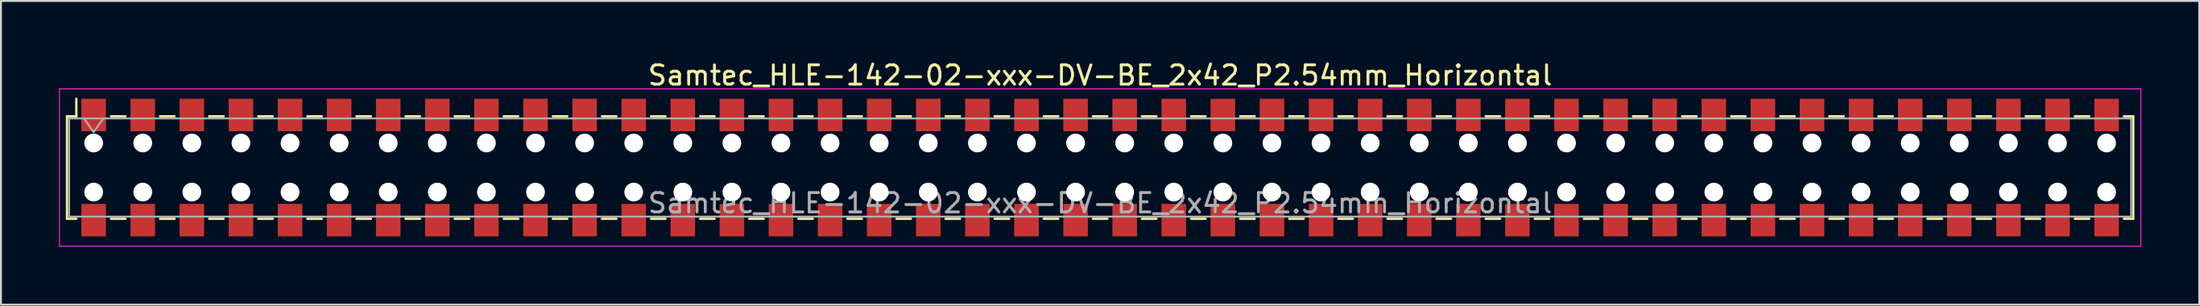
<source format=kicad_pcb>
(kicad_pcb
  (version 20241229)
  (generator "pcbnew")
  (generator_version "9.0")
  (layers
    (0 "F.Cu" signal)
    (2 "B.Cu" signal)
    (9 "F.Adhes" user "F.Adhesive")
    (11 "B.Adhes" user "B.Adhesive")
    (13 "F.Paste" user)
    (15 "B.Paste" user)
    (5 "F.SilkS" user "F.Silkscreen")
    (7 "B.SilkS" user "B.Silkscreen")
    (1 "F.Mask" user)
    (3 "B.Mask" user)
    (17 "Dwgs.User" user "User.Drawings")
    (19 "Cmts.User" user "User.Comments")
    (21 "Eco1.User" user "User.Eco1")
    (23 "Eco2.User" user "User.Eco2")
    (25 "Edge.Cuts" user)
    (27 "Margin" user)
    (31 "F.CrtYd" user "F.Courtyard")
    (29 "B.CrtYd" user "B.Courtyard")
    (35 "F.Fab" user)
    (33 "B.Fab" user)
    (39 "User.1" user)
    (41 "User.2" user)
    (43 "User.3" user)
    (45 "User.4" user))
  (footprint "Samtec_HLE-142-02-xxx-DV-BE_2x42_P2.54mm_Horizontal"
    (layer "F.Cu")
    (at 53.865 5.618)
    (property "Reference" "Samtec_HLE-142-02-xxx-DV-BE_2x42_P2.54mm_Horizontal" (at 0 -4.77 0) (layer "F.SilkS") (effects (font (size 1 1) (thickness 0.15))))
    (attr smd)
    (fp_line (start -53.45 -2.65) (end -53.45 2.65) (stroke (width 0.12) (type solid)) (layer "F.SilkS"))
    (fp_line (start -53.45 2.65) (end -52.965 2.65) (stroke (width 0.12) (type solid)) (layer "F.SilkS"))
    (fp_line (start -52.965 -3.56) (end -52.965 -2.65) (stroke (width 0.12) (type solid)) (layer "F.SilkS"))
    (fp_line (start -52.965 -2.65) (end -53.45 -2.65) (stroke (width 0.12) (type solid)) (layer "F.SilkS"))
    (fp_line (start -51.175 -2.65) (end -50.425 -2.65) (stroke (width 0.12) (type solid)) (layer "F.SilkS"))
    (fp_line (start -51.175 2.65) (end -50.425 2.65) (stroke (width 0.12) (type solid)) (layer "F.SilkS"))
    (fp_line (start -48.635 -2.65) (end -47.885 -2.65) (stroke (width 0.12) (type solid)) (layer "F.SilkS"))
    (fp_line (start -48.635 2.65) (end -47.885 2.65) (stroke (width 0.12) (type solid)) (layer "F.SilkS"))
    (fp_line (start -46.095 -2.65) (end -45.345 -2.65) (stroke (width 0.12) (type solid)) (layer "F.SilkS"))
    (fp_line (start -46.095 2.65) (end -45.345 2.65) (stroke (width 0.12) (type solid)) (layer "F.SilkS"))
    (fp_line (start -43.555 -2.65) (end -42.805 -2.65) (stroke (width 0.12) (type solid)) (layer "F.SilkS"))
    (fp_line (start -43.555 2.65) (end -42.805 2.65) (stroke (width 0.12) (type solid)) (layer "F.SilkS"))
    (fp_line (start -41.015 -2.65) (end -40.265 -2.65) (stroke (width 0.12) (type solid)) (layer "F.SilkS"))
    (fp_line (start -41.015 2.65) (end -40.265 2.65) (stroke (width 0.12) (type solid)) (layer "F.SilkS"))
    (fp_line (start -38.475 -2.65) (end -37.725 -2.65) (stroke (width 0.12) (type solid)) (layer "F.SilkS"))
    (fp_line (start -38.475 2.65) (end -37.725 2.65) (stroke (width 0.12) (type solid)) (layer "F.SilkS"))
    (fp_line (start -35.935 -2.65) (end -35.185 -2.65) (stroke (width 0.12) (type solid)) (layer "F.SilkS"))
    (fp_line (start -35.935 2.65) (end -35.185 2.65) (stroke (width 0.12) (type solid)) (layer "F.SilkS"))
    (fp_line (start -33.395 -2.65) (end -32.645 -2.65) (stroke (width 0.12) (type solid)) (layer "F.SilkS"))
    (fp_line (start -33.395 2.65) (end -32.645 2.65) (stroke (width 0.12) (type solid)) (layer "F.SilkS"))
    (fp_line (start -30.855 -2.65) (end -30.105 -2.65) (stroke (width 0.12) (type solid)) (layer "F.SilkS"))
    (fp_line (start -30.855 2.65) (end -30.105 2.65) (stroke (width 0.12) (type solid)) (layer "F.SilkS"))
    (fp_line (start -28.315 -2.65) (end -27.565 -2.65) (stroke (width 0.12) (type solid)) (layer "F.SilkS"))
    (fp_line (start -28.315 2.65) (end -27.565 2.65) (stroke (width 0.12) (type solid)) (layer "F.SilkS"))
    (fp_line (start -25.775 -2.65) (end -25.025 -2.65) (stroke (width 0.12) (type solid)) (layer "F.SilkS"))
    (fp_line (start -25.775 2.65) (end -25.025 2.65) (stroke (width 0.12) (type solid)) (layer "F.SilkS"))
    (fp_line (start -23.235 -2.65) (end -22.485 -2.65) (stroke (width 0.12) (type solid)) (layer "F.SilkS"))
    (fp_line (start -23.235 2.65) (end -22.485 2.65) (stroke (width 0.12) (type solid)) (layer "F.SilkS"))
    (fp_line (start -20.695 -2.65) (end -19.945 -2.65) (stroke (width 0.12) (type solid)) (layer "F.SilkS"))
    (fp_line (start -20.695 2.65) (end -19.945 2.65) (stroke (width 0.12) (type solid)) (layer "F.SilkS"))
    (fp_line (start -18.155 -2.65) (end -17.405 -2.65) (stroke (width 0.12) (type solid)) (layer "F.SilkS"))
    (fp_line (start -18.155 2.65) (end -17.405 2.65) (stroke (width 0.12) (type solid)) (layer "F.SilkS"))
    (fp_line (start -15.615 -2.65) (end -14.865 -2.65) (stroke (width 0.12) (type solid)) (layer "F.SilkS"))
    (fp_line (start -15.615 2.65) (end -14.865 2.65) (stroke (width 0.12) (type solid)) (layer "F.SilkS"))
    (fp_line (start -13.075 -2.65) (end -12.325 -2.65) (stroke (width 0.12) (type solid)) (layer "F.SilkS"))
    (fp_line (start -13.075 2.65) (end -12.325 2.65) (stroke (width 0.12) (type solid)) (layer "F.SilkS"))
    (fp_line (start -10.535 -2.65) (end -9.785 -2.65) (stroke (width 0.12) (type solid)) (layer "F.SilkS"))
    (fp_line (start -10.535 2.65) (end -9.785 2.65) (stroke (width 0.12) (type solid)) (layer "F.SilkS"))
    (fp_line (start -7.995 -2.65) (end -7.245 -2.65) (stroke (width 0.12) (type solid)) (layer "F.SilkS"))
    (fp_line (start -7.995 2.65) (end -7.245 2.65) (stroke (width 0.12) (type solid)) (layer "F.SilkS"))
    (fp_line (start -5.455 -2.65) (end -4.705 -2.65) (stroke (width 0.12) (type solid)) (layer "F.SilkS"))
    (fp_line (start -5.455 2.65) (end -4.705 2.65) (stroke (width 0.12) (type solid)) (layer "F.SilkS"))
    (fp_line (start -2.915 -2.65) (end -2.165 -2.65) (stroke (width 0.12) (type solid)) (layer "F.SilkS"))
    (fp_line (start -2.915 2.65) (end -2.165 2.65) (stroke (width 0.12) (type solid)) (layer "F.SilkS"))
    (fp_line (start -0.375 -2.65) (end 0.375 -2.65) (stroke (width 0.12) (type solid)) (layer "F.SilkS"))
    (fp_line (start -0.375 2.65) (end 0.375 2.65) (stroke (width 0.12) (type solid)) (layer "F.SilkS"))
    (fp_line (start 2.165 -2.65) (end 2.915 -2.65) (stroke (width 0.12) (type solid)) (layer "F.SilkS"))
    (fp_line (start 2.165 2.65) (end 2.915 2.65) (stroke (width 0.12) (type solid)) (layer "F.SilkS"))
    (fp_line (start 4.705 -2.65) (end 5.455 -2.65) (stroke (width 0.12) (type solid)) (layer "F.SilkS"))
    (fp_line (start 4.705 2.65) (end 5.455 2.65) (stroke (width 0.12) (type solid)) (layer "F.SilkS"))
    (fp_line (start 7.245 -2.65) (end 7.995 -2.65) (stroke (width 0.12) (type solid)) (layer "F.SilkS"))
    (fp_line (start 7.245 2.65) (end 7.995 2.65) (stroke (width 0.12) (type solid)) (layer "F.SilkS"))
    (fp_line (start 9.785 -2.65) (end 10.535 -2.65) (stroke (width 0.12) (type solid)) (layer "F.SilkS"))
    (fp_line (start 9.785 2.65) (end 10.535 2.65) (stroke (width 0.12) (type solid)) (layer "F.SilkS"))
    (fp_line (start 12.325 -2.65) (end 13.075 -2.65) (stroke (width 0.12) (type solid)) (layer "F.SilkS"))
    (fp_line (start 12.325 2.65) (end 13.075 2.65) (stroke (width 0.12) (type solid)) (layer "F.SilkS"))
    (fp_line (start 14.865 -2.65) (end 15.615 -2.65) (stroke (width 0.12) (type solid)) (layer "F.SilkS"))
    (fp_line (start 14.865 2.65) (end 15.615 2.65) (stroke (width 0.12) (type solid)) (layer "F.SilkS"))
    (fp_line (start 17.405 -2.65) (end 18.155 -2.65) (stroke (width 0.12) (type solid)) (layer "F.SilkS"))
    (fp_line (start 17.405 2.65) (end 18.155 2.65) (stroke (width 0.12) (type solid)) (layer "F.SilkS"))
    (fp_line (start 19.945 -2.65) (end 20.695 -2.65) (stroke (width 0.12) (type solid)) (layer "F.SilkS"))
    (fp_line (start 19.945 2.65) (end 20.695 2.65) (stroke (width 0.12) (type solid)) (layer "F.SilkS"))
    (fp_line (start 22.485 -2.65) (end 23.235 -2.65) (stroke (width 0.12) (type solid)) (layer "F.SilkS"))
    (fp_line (start 22.485 2.65) (end 23.235 2.65) (stroke (width 0.12) (type solid)) (layer "F.SilkS"))
    (fp_line (start 25.025 -2.65) (end 25.775 -2.65) (stroke (width 0.12) (type solid)) (layer "F.SilkS"))
    (fp_line (start 25.025 2.65) (end 25.775 2.65) (stroke (width 0.12) (type solid)) (layer "F.SilkS"))
    (fp_line (start 27.565 -2.65) (end 28.315 -2.65) (stroke (width 0.12) (type solid)) (layer "F.SilkS"))
    (fp_line (start 27.565 2.65) (end 28.315 2.65) (stroke (width 0.12) (type solid)) (layer "F.SilkS"))
    (fp_line (start 30.105 -2.65) (end 30.855 -2.65) (stroke (width 0.12) (type solid)) (layer "F.SilkS"))
    (fp_line (start 30.105 2.65) (end 30.855 2.65) (stroke (width 0.12) (type solid)) (layer "F.SilkS"))
    (fp_line (start 32.645 -2.65) (end 33.395 -2.65) (stroke (width 0.12) (type solid)) (layer "F.SilkS"))
    (fp_line (start 32.645 2.65) (end 33.395 2.65) (stroke (width 0.12) (type solid)) (layer "F.SilkS"))
    (fp_line (start 35.185 -2.65) (end 35.935 -2.65) (stroke (width 0.12) (type solid)) (layer "F.SilkS"))
    (fp_line (start 35.185 2.65) (end 35.935 2.65) (stroke (width 0.12) (type solid)) (layer "F.SilkS"))
    (fp_line (start 37.725 -2.65) (end 38.475 -2.65) (stroke (width 0.12) (type solid)) (layer "F.SilkS"))
    (fp_line (start 37.725 2.65) (end 38.475 2.65) (stroke (width 0.12) (type solid)) (layer "F.SilkS"))
    (fp_line (start 40.265 -2.65) (end 41.015 -2.65) (stroke (width 0.12) (type solid)) (layer "F.SilkS"))
    (fp_line (start 40.265 2.65) (end 41.015 2.65) (stroke (width 0.12) (type solid)) (layer "F.SilkS"))
    (fp_line (start 42.805 -2.65) (end 43.555 -2.65) (stroke (width 0.12) (type solid)) (layer "F.SilkS"))
    (fp_line (start 42.805 2.65) (end 43.555 2.65) (stroke (width 0.12) (type solid)) (layer "F.SilkS"))
    (fp_line (start 45.345 -2.65) (end 46.095 -2.65) (stroke (width 0.12) (type solid)) (layer "F.SilkS"))
    (fp_line (start 45.345 2.65) (end 46.095 2.65) (stroke (width 0.12) (type solid)) (layer "F.SilkS"))
    (fp_line (start 47.885 -2.65) (end 48.635 -2.65) (stroke (width 0.12) (type solid)) (layer "F.SilkS"))
    (fp_line (start 47.885 2.65) (end 48.635 2.65) (stroke (width 0.12) (type solid)) (layer "F.SilkS"))
    (fp_line (start 50.425 -2.65) (end 51.175 -2.65) (stroke (width 0.12) (type solid)) (layer "F.SilkS"))
    (fp_line (start 50.425 2.65) (end 51.175 2.65) (stroke (width 0.12) (type solid)) (layer "F.SilkS"))
    (fp_line (start 52.965 -2.65) (end 53.45 -2.65) (stroke (width 0.12) (type solid)) (layer "F.SilkS"))
    (fp_line (start 53.45 -2.65) (end 53.45 2.65) (stroke (width 0.12) (type solid)) (layer "F.SilkS"))
    (fp_line (start 53.45 2.65) (end 52.965 2.65) (stroke (width 0.12) (type solid)) (layer "F.SilkS"))
    (fp_line (start -53.84 -4.07) (end 53.84 -4.07) (stroke (width 0.05) (type solid)) (layer "F.CrtYd"))
    (fp_line (start -53.84 4.07) (end -53.84 -4.07) (stroke (width 0.05) (type solid)) (layer "F.CrtYd"))
    (fp_line (start 53.84 -4.07) (end 53.84 4.07) (stroke (width 0.05) (type solid)) (layer "F.CrtYd"))
    (fp_line (start 53.84 4.07) (end -53.84 4.07) (stroke (width 0.05) (type solid)) (layer "F.CrtYd"))
    (fp_line (start -53.34 -2.54) (end 53.34 -2.54) (stroke (width 0.1) (type solid)) (layer "F.Fab"))
    (fp_line (start -53.34 2.54) (end -53.34 -2.54) (stroke (width 0.1) (type solid)) (layer "F.Fab"))
    (fp_line (start -52.57 -2.54) (end -52.07 -1.833) (stroke (width 0.1) (type solid)) (layer "F.Fab"))
    (fp_line (start -52.07 -1.833) (end -51.57 -2.54) (stroke (width 0.1) (type solid)) (layer "F.Fab"))
    (fp_line (start 53.34 -2.54) (end 53.34 2.54) (stroke (width 0.1) (type solid)) (layer "F.Fab"))
    (fp_line (start 53.34 2.54) (end -53.34 2.54) (stroke (width 0.1) (type solid)) (layer "F.Fab"))
    (fp_text user "${REFERENCE}" (at 0 1.84 0) (layer "F.Fab") (effects (font (size 1 1) (thickness 0.15))))
    (pad "" np_thru_hole circle (at -52.07 -1.27) (size 0.97 0.97) (drill 0.97) (layers "*.Cu" "*.Mask"))
    (pad "" np_thru_hole circle (at -52.07 1.27) (size 0.97 0.97) (drill 0.97) (layers "*.Cu" "*.Mask"))
    (pad "" np_thru_hole circle (at -49.53 -1.27) (size 0.97 0.97) (drill 0.97) (layers "*.Cu" "*.Mask"))
    (pad "" np_thru_hole circle (at -49.53 1.27) (size 0.97 0.97) (drill 0.97) (layers "*.Cu" "*.Mask"))
    (pad "" np_thru_hole circle (at -46.99 -1.27) (size 0.97 0.97) (drill 0.97) (layers "*.Cu" "*.Mask"))
    (pad "" np_thru_hole circle (at -46.99 1.27) (size 0.97 0.97) (drill 0.97) (layers "*.Cu" "*.Mask"))
    (pad "" np_thru_hole circle (at -44.45 -1.27) (size 0.97 0.97) (drill 0.97) (layers "*.Cu" "*.Mask"))
    (pad "" np_thru_hole circle (at -44.45 1.27) (size 0.97 0.97) (drill 0.97) (layers "*.Cu" "*.Mask"))
    (pad "" np_thru_hole circle (at -41.91 -1.27) (size 0.97 0.97) (drill 0.97) (layers "*.Cu" "*.Mask"))
    (pad "" np_thru_hole circle (at -41.91 1.27) (size 0.97 0.97) (drill 0.97) (layers "*.Cu" "*.Mask"))
    (pad "" np_thru_hole circle (at -39.37 -1.27) (size 0.97 0.97) (drill 0.97) (layers "*.Cu" "*.Mask"))
    (pad "" np_thru_hole circle (at -39.37 1.27) (size 0.97 0.97) (drill 0.97) (layers "*.Cu" "*.Mask"))
    (pad "" np_thru_hole circle (at -36.83 -1.27) (size 0.97 0.97) (drill 0.97) (layers "*.Cu" "*.Mask"))
    (pad "" np_thru_hole circle (at -36.83 1.27) (size 0.97 0.97) (drill 0.97) (layers "*.Cu" "*.Mask"))
    (pad "" np_thru_hole circle (at -34.29 -1.27) (size 0.97 0.97) (drill 0.97) (layers "*.Cu" "*.Mask"))
    (pad "" np_thru_hole circle (at -34.29 1.27) (size 0.97 0.97) (drill 0.97) (layers "*.Cu" "*.Mask"))
    (pad "" np_thru_hole circle (at -31.75 -1.27) (size 0.97 0.97) (drill 0.97) (layers "*.Cu" "*.Mask"))
    (pad "" np_thru_hole circle (at -31.75 1.27) (size 0.97 0.97) (drill 0.97) (layers "*.Cu" "*.Mask"))
    (pad "" np_thru_hole circle (at -29.21 -1.27) (size 0.97 0.97) (drill 0.97) (layers "*.Cu" "*.Mask"))
    (pad "" np_thru_hole circle (at -29.21 1.27) (size 0.97 0.97) (drill 0.97) (layers "*.Cu" "*.Mask"))
    (pad "" np_thru_hole circle (at -26.67 -1.27) (size 0.97 0.97) (drill 0.97) (layers "*.Cu" "*.Mask"))
    (pad "" np_thru_hole circle (at -26.67 1.27) (size 0.97 0.97) (drill 0.97) (layers "*.Cu" "*.Mask"))
    (pad "" np_thru_hole circle (at -24.13 -1.27) (size 0.97 0.97) (drill 0.97) (layers "*.Cu" "*.Mask"))
    (pad "" np_thru_hole circle (at -24.13 1.27) (size 0.97 0.97) (drill 0.97) (layers "*.Cu" "*.Mask"))
    (pad "" np_thru_hole circle (at -21.59 -1.27) (size 0.97 0.97) (drill 0.97) (layers "*.Cu" "*.Mask"))
    (pad "" np_thru_hole circle (at -21.59 1.27) (size 0.97 0.97) (drill 0.97) (layers "*.Cu" "*.Mask"))
    (pad "" np_thru_hole circle (at -19.05 -1.27) (size 0.97 0.97) (drill 0.97) (layers "*.Cu" "*.Mask"))
    (pad "" np_thru_hole circle (at -19.05 1.27) (size 0.97 0.97) (drill 0.97) (layers "*.Cu" "*.Mask"))
    (pad "" np_thru_hole circle (at -16.51 -1.27) (size 0.97 0.97) (drill 0.97) (layers "*.Cu" "*.Mask"))
    (pad "" np_thru_hole circle (at -16.51 1.27) (size 0.97 0.97) (drill 0.97) (layers "*.Cu" "*.Mask"))
    (pad "" np_thru_hole circle (at -13.97 -1.27) (size 0.97 0.97) (drill 0.97) (layers "*.Cu" "*.Mask"))
    (pad "" np_thru_hole circle (at -13.97 1.27) (size 0.97 0.97) (drill 0.97) (layers "*.Cu" "*.Mask"))
    (pad "" np_thru_hole circle (at -11.43 -1.27) (size 0.97 0.97) (drill 0.97) (layers "*.Cu" "*.Mask"))
    (pad "" np_thru_hole circle (at -11.43 1.27) (size 0.97 0.97) (drill 0.97) (layers "*.Cu" "*.Mask"))
    (pad "" np_thru_hole circle (at -8.89 -1.27) (size 0.97 0.97) (drill 0.97) (layers "*.Cu" "*.Mask"))
    (pad "" np_thru_hole circle (at -8.89 1.27) (size 0.97 0.97) (drill 0.97) (layers "*.Cu" "*.Mask"))
    (pad "" np_thru_hole circle (at -6.35 -1.27) (size 0.97 0.97) (drill 0.97) (layers "*.Cu" "*.Mask"))
    (pad "" np_thru_hole circle (at -6.35 1.27) (size 0.97 0.97) (drill 0.97) (layers "*.Cu" "*.Mask"))
    (pad "" np_thru_hole circle (at -3.81 -1.27) (size 0.97 0.97) (drill 0.97) (layers "*.Cu" "*.Mask"))
    (pad "" np_thru_hole circle (at -3.81 1.27) (size 0.97 0.97) (drill 0.97) (layers "*.Cu" "*.Mask"))
    (pad "" np_thru_hole circle (at -1.27 -1.27) (size 0.97 0.97) (drill 0.97) (layers "*.Cu" "*.Mask"))
    (pad "" np_thru_hole circle (at -1.27 1.27) (size 0.97 0.97) (drill 0.97) (layers "*.Cu" "*.Mask"))
    (pad "" np_thru_hole circle (at 1.27 -1.27) (size 0.97 0.97) (drill 0.97) (layers "*.Cu" "*.Mask"))
    (pad "" np_thru_hole circle (at 1.27 1.27) (size 0.97 0.97) (drill 0.97) (layers "*.Cu" "*.Mask"))
    (pad "" np_thru_hole circle (at 3.81 -1.27) (size 0.97 0.97) (drill 0.97) (layers "*.Cu" "*.Mask"))
    (pad "" np_thru_hole circle (at 3.81 1.27) (size 0.97 0.97) (drill 0.97) (layers "*.Cu" "*.Mask"))
    (pad "" np_thru_hole circle (at 6.35 -1.27) (size 0.97 0.97) (drill 0.97) (layers "*.Cu" "*.Mask"))
    (pad "" np_thru_hole circle (at 6.35 1.27) (size 0.97 0.97) (drill 0.97) (layers "*.Cu" "*.Mask"))
    (pad "" np_thru_hole circle (at 8.89 -1.27) (size 0.97 0.97) (drill 0.97) (layers "*.Cu" "*.Mask"))
    (pad "" np_thru_hole circle (at 8.89 1.27) (size 0.97 0.97) (drill 0.97) (layers "*.Cu" "*.Mask"))
    (pad "" np_thru_hole circle (at 11.43 -1.27) (size 0.97 0.97) (drill 0.97) (layers "*.Cu" "*.Mask"))
    (pad "" np_thru_hole circle (at 11.43 1.27) (size 0.97 0.97) (drill 0.97) (layers "*.Cu" "*.Mask"))
    (pad "" np_thru_hole circle (at 13.97 -1.27) (size 0.97 0.97) (drill 0.97) (layers "*.Cu" "*.Mask"))
    (pad "" np_thru_hole circle (at 13.97 1.27) (size 0.97 0.97) (drill 0.97) (layers "*.Cu" "*.Mask"))
    (pad "" np_thru_hole circle (at 16.51 -1.27) (size 0.97 0.97) (drill 0.97) (layers "*.Cu" "*.Mask"))
    (pad "" np_thru_hole circle (at 16.51 1.27) (size 0.97 0.97) (drill 0.97) (layers "*.Cu" "*.Mask"))
    (pad "" np_thru_hole circle (at 19.05 -1.27) (size 0.97 0.97) (drill 0.97) (layers "*.Cu" "*.Mask"))
    (pad "" np_thru_hole circle (at 19.05 1.27) (size 0.97 0.97) (drill 0.97) (layers "*.Cu" "*.Mask"))
    (pad "" np_thru_hole circle (at 21.59 -1.27) (size 0.97 0.97) (drill 0.97) (layers "*.Cu" "*.Mask"))
    (pad "" np_thru_hole circle (at 21.59 1.27) (size 0.97 0.97) (drill 0.97) (layers "*.Cu" "*.Mask"))
    (pad "" np_thru_hole circle (at 24.13 -1.27) (size 0.97 0.97) (drill 0.97) (layers "*.Cu" "*.Mask"))
    (pad "" np_thru_hole circle (at 24.13 1.27) (size 0.97 0.97) (drill 0.97) (layers "*.Cu" "*.Mask"))
    (pad "" np_thru_hole circle (at 26.67 -1.27) (size 0.97 0.97) (drill 0.97) (layers "*.Cu" "*.Mask"))
    (pad "" np_thru_hole circle (at 26.67 1.27) (size 0.97 0.97) (drill 0.97) (layers "*.Cu" "*.Mask"))
    (pad "" np_thru_hole circle (at 29.21 -1.27) (size 0.97 0.97) (drill 0.97) (layers "*.Cu" "*.Mask"))
    (pad "" np_thru_hole circle (at 29.21 1.27) (size 0.97 0.97) (drill 0.97) (layers "*.Cu" "*.Mask"))
    (pad "" np_thru_hole circle (at 31.75 -1.27) (size 0.97 0.97) (drill 0.97) (layers "*.Cu" "*.Mask"))
    (pad "" np_thru_hole circle (at 31.75 1.27) (size 0.97 0.97) (drill 0.97) (layers "*.Cu" "*.Mask"))
    (pad "" np_thru_hole circle (at 34.29 -1.27) (size 0.97 0.97) (drill 0.97) (layers "*.Cu" "*.Mask"))
    (pad "" np_thru_hole circle (at 34.29 1.27) (size 0.97 0.97) (drill 0.97) (layers "*.Cu" "*.Mask"))
    (pad "" np_thru_hole circle (at 36.83 -1.27) (size 0.97 0.97) (drill 0.97) (layers "*.Cu" "*.Mask"))
    (pad "" np_thru_hole circle (at 36.83 1.27) (size 0.97 0.97) (drill 0.97) (layers "*.Cu" "*.Mask"))
    (pad "" np_thru_hole circle (at 39.37 -1.27) (size 0.97 0.97) (drill 0.97) (layers "*.Cu" "*.Mask"))
    (pad "" np_thru_hole circle (at 39.37 1.27) (size 0.97 0.97) (drill 0.97) (layers "*.Cu" "*.Mask"))
    (pad "" np_thru_hole circle (at 41.91 -1.27) (size 0.97 0.97) (drill 0.97) (layers "*.Cu" "*.Mask"))
    (pad "" np_thru_hole circle (at 41.91 1.27) (size 0.97 0.97) (drill 0.97) (layers "*.Cu" "*.Mask"))
    (pad "" np_thru_hole circle (at 44.45 -1.27) (size 0.97 0.97) (drill 0.97) (layers "*.Cu" "*.Mask"))
    (pad "" np_thru_hole circle (at 44.45 1.27) (size 0.97 0.97) (drill 0.97) (layers "*.Cu" "*.Mask"))
    (pad "" np_thru_hole circle (at 46.99 -1.27) (size 0.97 0.97) (drill 0.97) (layers "*.Cu" "*.Mask"))
    (pad "" np_thru_hole circle (at 46.99 1.27) (size 0.97 0.97) (drill 0.97) (layers "*.Cu" "*.Mask"))
    (pad "" np_thru_hole circle (at 49.53 -1.27) (size 0.97 0.97) (drill 0.97) (layers "*.Cu" "*.Mask"))
    (pad "" np_thru_hole circle (at 49.53 1.27) (size 0.97 0.97) (drill 0.97) (layers "*.Cu" "*.Mask"))
    (pad "" np_thru_hole circle (at 52.07 -1.27) (size 0.97 0.97) (drill 0.97) (layers "*.Cu" "*.Mask"))
    (pad "" np_thru_hole circle (at 52.07 1.27) (size 0.97 0.97) (drill 0.97) (layers "*.Cu" "*.Mask"))
    (pad "1" smd rect (at -52.07 -2.72) (size 1.27 1.68) (layers "F.Cu" "F.Mask" "F.Paste"))
    (pad "2" smd rect (at -52.07 2.72) (size 1.27 1.68) (layers "F.Cu" "F.Mask" "F.Paste"))
    (pad "3" smd rect (at -49.53 -2.72) (size 1.27 1.68) (layers "F.Cu" "F.Mask" "F.Paste"))
    (pad "4" smd rect (at -49.53 2.72) (size 1.27 1.68) (layers "F.Cu" "F.Mask" "F.Paste"))
    (pad "5" smd rect (at -46.99 -2.72) (size 1.27 1.68) (layers "F.Cu" "F.Mask" "F.Paste"))
    (pad "6" smd rect (at -46.99 2.72) (size 1.27 1.68) (layers "F.Cu" "F.Mask" "F.Paste"))
    (pad "7" smd rect (at -44.45 -2.72) (size 1.27 1.68) (layers "F.Cu" "F.Mask" "F.Paste"))
    (pad "8" smd rect (at -44.45 2.72) (size 1.27 1.68) (layers "F.Cu" "F.Mask" "F.Paste"))
    (pad "9" smd rect (at -41.91 -2.72) (size 1.27 1.68) (layers "F.Cu" "F.Mask" "F.Paste"))
    (pad "10" smd rect (at -41.91 2.72) (size 1.27 1.68) (layers "F.Cu" "F.Mask" "F.Paste"))
    (pad "11" smd rect (at -39.37 -2.72) (size 1.27 1.68) (layers "F.Cu" "F.Mask" "F.Paste"))
    (pad "12" smd rect (at -39.37 2.72) (size 1.27 1.68) (layers "F.Cu" "F.Mask" "F.Paste"))
    (pad "13" smd rect (at -36.83 -2.72) (size 1.27 1.68) (layers "F.Cu" "F.Mask" "F.Paste"))
    (pad "14" smd rect (at -36.83 2.72) (size 1.27 1.68) (layers "F.Cu" "F.Mask" "F.Paste"))
    (pad "15" smd rect (at -34.29 -2.72) (size 1.27 1.68) (layers "F.Cu" "F.Mask" "F.Paste"))
    (pad "16" smd rect (at -34.29 2.72) (size 1.27 1.68) (layers "F.Cu" "F.Mask" "F.Paste"))
    (pad "17" smd rect (at -31.75 -2.72) (size 1.27 1.68) (layers "F.Cu" "F.Mask" "F.Paste"))
    (pad "18" smd rect (at -31.75 2.72) (size 1.27 1.68) (layers "F.Cu" "F.Mask" "F.Paste"))
    (pad "19" smd rect (at -29.21 -2.72) (size 1.27 1.68) (layers "F.Cu" "F.Mask" "F.Paste"))
    (pad "20" smd rect (at -29.21 2.72) (size 1.27 1.68) (layers "F.Cu" "F.Mask" "F.Paste"))
    (pad "21" smd rect (at -26.67 -2.72) (size 1.27 1.68) (layers "F.Cu" "F.Mask" "F.Paste"))
    (pad "22" smd rect (at -26.67 2.72) (size 1.27 1.68) (layers "F.Cu" "F.Mask" "F.Paste"))
    (pad "23" smd rect (at -24.13 -2.72) (size 1.27 1.68) (layers "F.Cu" "F.Mask" "F.Paste"))
    (pad "24" smd rect (at -24.13 2.72) (size 1.27 1.68) (layers "F.Cu" "F.Mask" "F.Paste"))
    (pad "25" smd rect (at -21.59 -2.72) (size 1.27 1.68) (layers "F.Cu" "F.Mask" "F.Paste"))
    (pad "26" smd rect (at -21.59 2.72) (size 1.27 1.68) (layers "F.Cu" "F.Mask" "F.Paste"))
    (pad "27" smd rect (at -19.05 -2.72) (size 1.27 1.68) (layers "F.Cu" "F.Mask" "F.Paste"))
    (pad "28" smd rect (at -19.05 2.72) (size 1.27 1.68) (layers "F.Cu" "F.Mask" "F.Paste"))
    (pad "29" smd rect (at -16.51 -2.72) (size 1.27 1.68) (layers "F.Cu" "F.Mask" "F.Paste"))
    (pad "30" smd rect (at -16.51 2.72) (size 1.27 1.68) (layers "F.Cu" "F.Mask" "F.Paste"))
    (pad "31" smd rect (at -13.97 -2.72) (size 1.27 1.68) (layers "F.Cu" "F.Mask" "F.Paste"))
    (pad "32" smd rect (at -13.97 2.72) (size 1.27 1.68) (layers "F.Cu" "F.Mask" "F.Paste"))
    (pad "33" smd rect (at -11.43 -2.72) (size 1.27 1.68) (layers "F.Cu" "F.Mask" "F.Paste"))
    (pad "34" smd rect (at -11.43 2.72) (size 1.27 1.68) (layers "F.Cu" "F.Mask" "F.Paste"))
    (pad "35" smd rect (at -8.89 -2.72) (size 1.27 1.68) (layers "F.Cu" "F.Mask" "F.Paste"))
    (pad "36" smd rect (at -8.89 2.72) (size 1.27 1.68) (layers "F.Cu" "F.Mask" "F.Paste"))
    (pad "37" smd rect (at -6.35 -2.72) (size 1.27 1.68) (layers "F.Cu" "F.Mask" "F.Paste"))
    (pad "38" smd rect (at -6.35 2.72) (size 1.27 1.68) (layers "F.Cu" "F.Mask" "F.Paste"))
    (pad "39" smd rect (at -3.81 -2.72) (size 1.27 1.68) (layers "F.Cu" "F.Mask" "F.Paste"))
    (pad "40" smd rect (at -3.81 2.72) (size 1.27 1.68) (layers "F.Cu" "F.Mask" "F.Paste"))
    (pad "41" smd rect (at -1.27 -2.72) (size 1.27 1.68) (layers "F.Cu" "F.Mask" "F.Paste"))
    (pad "42" smd rect (at -1.27 2.72) (size 1.27 1.68) (layers "F.Cu" "F.Mask" "F.Paste"))
    (pad "43" smd rect (at 1.27 -2.72) (size 1.27 1.68) (layers "F.Cu" "F.Mask" "F.Paste"))
    (pad "44" smd rect (at 1.27 2.72) (size 1.27 1.68) (layers "F.Cu" "F.Mask" "F.Paste"))
    (pad "45" smd rect (at 3.81 -2.72) (size 1.27 1.68) (layers "F.Cu" "F.Mask" "F.Paste"))
    (pad "46" smd rect (at 3.81 2.72) (size 1.27 1.68) (layers "F.Cu" "F.Mask" "F.Paste"))
    (pad "47" smd rect (at 6.35 -2.72) (size 1.27 1.68) (layers "F.Cu" "F.Mask" "F.Paste"))
    (pad "48" smd rect (at 6.35 2.72) (size 1.27 1.68) (layers "F.Cu" "F.Mask" "F.Paste"))
    (pad "49" smd rect (at 8.89 -2.72) (size 1.27 1.68) (layers "F.Cu" "F.Mask" "F.Paste"))
    (pad "50" smd rect (at 8.89 2.72) (size 1.27 1.68) (layers "F.Cu" "F.Mask" "F.Paste"))
    (pad "51" smd rect (at 11.43 -2.72) (size 1.27 1.68) (layers "F.Cu" "F.Mask" "F.Paste"))
    (pad "52" smd rect (at 11.43 2.72) (size 1.27 1.68) (layers "F.Cu" "F.Mask" "F.Paste"))
    (pad "53" smd rect (at 13.97 -2.72) (size 1.27 1.68) (layers "F.Cu" "F.Mask" "F.Paste"))
    (pad "54" smd rect (at 13.97 2.72) (size 1.27 1.68) (layers "F.Cu" "F.Mask" "F.Paste"))
    (pad "55" smd rect (at 16.51 -2.72) (size 1.27 1.68) (layers "F.Cu" "F.Mask" "F.Paste"))
    (pad "56" smd rect (at 16.51 2.72) (size 1.27 1.68) (layers "F.Cu" "F.Mask" "F.Paste"))
    (pad "57" smd rect (at 19.05 -2.72) (size 1.27 1.68) (layers "F.Cu" "F.Mask" "F.Paste"))
    (pad "58" smd rect (at 19.05 2.72) (size 1.27 1.68) (layers "F.Cu" "F.Mask" "F.Paste"))
    (pad "59" smd rect (at 21.59 -2.72) (size 1.27 1.68) (layers "F.Cu" "F.Mask" "F.Paste"))
    (pad "60" smd rect (at 21.59 2.72) (size 1.27 1.68) (layers "F.Cu" "F.Mask" "F.Paste"))
    (pad "61" smd rect (at 24.13 -2.72) (size 1.27 1.68) (layers "F.Cu" "F.Mask" "F.Paste"))
    (pad "62" smd rect (at 24.13 2.72) (size 1.27 1.68) (layers "F.Cu" "F.Mask" "F.Paste"))
    (pad "63" smd rect (at 26.67 -2.72) (size 1.27 1.68) (layers "F.Cu" "F.Mask" "F.Paste"))
    (pad "64" smd rect (at 26.67 2.72) (size 1.27 1.68) (layers "F.Cu" "F.Mask" "F.Paste"))
    (pad "65" smd rect (at 29.21 -2.72) (size 1.27 1.68) (layers "F.Cu" "F.Mask" "F.Paste"))
    (pad "66" smd rect (at 29.21 2.72) (size 1.27 1.68) (layers "F.Cu" "F.Mask" "F.Paste"))
    (pad "67" smd rect (at 31.75 -2.72) (size 1.27 1.68) (layers "F.Cu" "F.Mask" "F.Paste"))
    (pad "68" smd rect (at 31.75 2.72) (size 1.27 1.68) (layers "F.Cu" "F.Mask" "F.Paste"))
    (pad "69" smd rect (at 34.29 -2.72) (size 1.27 1.68) (layers "F.Cu" "F.Mask" "F.Paste"))
    (pad "70" smd rect (at 34.29 2.72) (size 1.27 1.68) (layers "F.Cu" "F.Mask" "F.Paste"))
    (pad "71" smd rect (at 36.83 -2.72) (size 1.27 1.68) (layers "F.Cu" "F.Mask" "F.Paste"))
    (pad "72" smd rect (at 36.83 2.72) (size 1.27 1.68) (layers "F.Cu" "F.Mask" "F.Paste"))
    (pad "73" smd rect (at 39.37 -2.72) (size 1.27 1.68) (layers "F.Cu" "F.Mask" "F.Paste"))
    (pad "74" smd rect (at 39.37 2.72) (size 1.27 1.68) (layers "F.Cu" "F.Mask" "F.Paste"))
    (pad "75" smd rect (at 41.91 -2.72) (size 1.27 1.68) (layers "F.Cu" "F.Mask" "F.Paste"))
    (pad "76" smd rect (at 41.91 2.72) (size 1.27 1.68) (layers "F.Cu" "F.Mask" "F.Paste"))
    (pad "77" smd rect (at 44.45 -2.72) (size 1.27 1.68) (layers "F.Cu" "F.Mask" "F.Paste"))
    (pad "78" smd rect (at 44.45 2.72) (size 1.27 1.68) (layers "F.Cu" "F.Mask" "F.Paste"))
    (pad "79" smd rect (at 46.99 -2.72) (size 1.27 1.68) (layers "F.Cu" "F.Mask" "F.Paste"))
    (pad "80" smd rect (at 46.99 2.72) (size 1.27 1.68) (layers "F.Cu" "F.Mask" "F.Paste"))
    (pad "81" smd rect (at 49.53 -2.72) (size 1.27 1.68) (layers "F.Cu" "F.Mask" "F.Paste"))
    (pad "82" smd rect (at 49.53 2.72) (size 1.27 1.68) (layers "F.Cu" "F.Mask" "F.Paste"))
    (pad "83" smd rect (at 52.07 -2.72) (size 1.27 1.68) (layers "F.Cu" "F.Mask" "F.Paste"))
    (pad "84" smd rect (at 52.07 2.72) (size 1.27 1.68) (layers "F.Cu" "F.Mask" "F.Paste")))
  (gr_rect
    (start -3 -3)
    (end 110.73 12.713)
    (stroke (width 0.1) (type default))
    (fill no)
    (layer "Edge.Cuts")))
</source>
